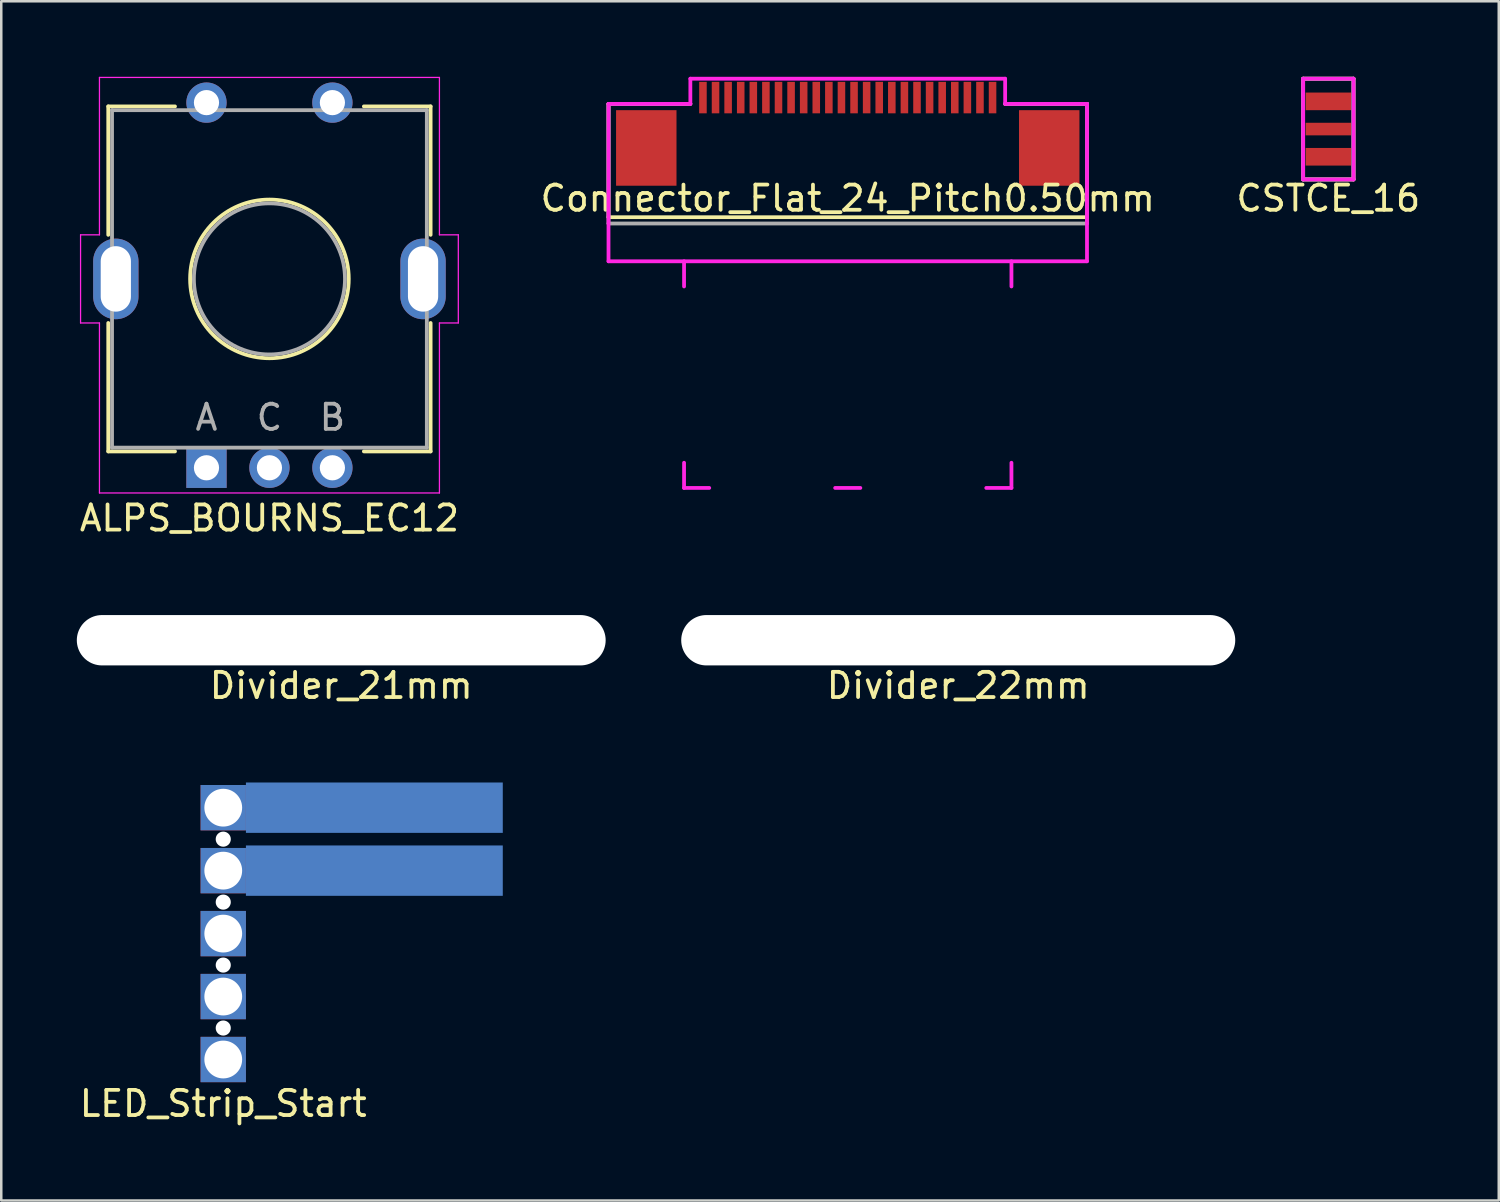
<source format=kicad_pcb>
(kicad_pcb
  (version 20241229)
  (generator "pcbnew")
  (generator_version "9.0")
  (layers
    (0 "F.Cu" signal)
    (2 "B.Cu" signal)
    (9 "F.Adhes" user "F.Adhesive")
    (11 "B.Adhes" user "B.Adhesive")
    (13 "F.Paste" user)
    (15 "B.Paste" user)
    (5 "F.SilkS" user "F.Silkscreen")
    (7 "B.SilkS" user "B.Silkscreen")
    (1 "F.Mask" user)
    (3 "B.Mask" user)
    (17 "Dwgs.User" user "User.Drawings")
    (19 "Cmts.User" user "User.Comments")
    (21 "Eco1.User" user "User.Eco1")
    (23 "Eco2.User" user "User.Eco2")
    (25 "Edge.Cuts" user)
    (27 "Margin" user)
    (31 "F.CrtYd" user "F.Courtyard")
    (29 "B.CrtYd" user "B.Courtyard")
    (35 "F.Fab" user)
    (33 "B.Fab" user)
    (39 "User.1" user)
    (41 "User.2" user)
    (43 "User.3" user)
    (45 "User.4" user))
  (footprint "Connector_Flat_24_Pitch0.50mm"
    (layer "F.Cu")
    (at 30.613 7.325)
    (property "Reference" "Connector_Flat_24_Pitch0.50mm" (at 0 -2.5 0) (layer "F.SilkS") (effects (font (size 1 1) (thickness 0.15))))
    (attr through_hole)
    (fp_line (start -9.5 -6.25) (end -9.5 -1.75) (stroke (width 0.15) (type solid)) (layer "F.SilkS"))
    (fp_line (start -9.5 -1.75) (end 9.5 -1.75) (stroke (width 0.15) (type solid)) (layer "F.SilkS"))
    (fp_line (start -6.25 -6.25) (end -9.5 -6.25) (stroke (width 0.15) (type solid)) (layer "F.SilkS"))
    (fp_line (start 9.5 -6.25) (end 6.25 -6.25) (stroke (width 0.15) (type solid)) (layer "F.SilkS"))
    (fp_line (start 9.5 -1.75) (end 9.5 -6.25) (stroke (width 0.15) (type solid)) (layer "F.SilkS"))
    (fp_line (start -9.5 -6.25) (end -6.25 -6.25) (stroke (width 0.15) (type solid)) (layer "F.CrtYd"))
    (fp_line (start -9.5 0) (end -9.5 -6.25) (stroke (width 0.15) (type solid)) (layer "F.CrtYd"))
    (fp_line (start -6.5 1) (end -6.5 0) (stroke (width 0.15) (type solid)) (layer "F.CrtYd"))
    (fp_line (start -6.5 9) (end -6.5 8) (stroke (width 0.15) (type solid)) (layer "F.CrtYd"))
    (fp_line (start -6.5 9) (end -5.5 9) (stroke (width 0.15) (type solid)) (layer "F.CrtYd"))
    (fp_line (start -6.25 -7.25) (end 6.25 -7.25) (stroke (width 0.15) (type solid)) (layer "F.CrtYd"))
    (fp_line (start -6.25 -6.25) (end -6.25 -7.25) (stroke (width 0.15) (type solid)) (layer "F.CrtYd"))
    (fp_line (start -0.5 9) (end 0.5 9) (stroke (width 0.15) (type solid)) (layer "F.CrtYd"))
    (fp_line (start 6.25 -7.25) (end 6.25 -6.25) (stroke (width 0.15) (type solid)) (layer "F.CrtYd"))
    (fp_line (start 6.25 -6.25) (end 9.5 -6.25) (stroke (width 0.15) (type solid)) (layer "F.CrtYd"))
    (fp_line (start 6.5 1) (end 6.5 0) (stroke (width 0.15) (type solid)) (layer "F.CrtYd"))
    (fp_line (start 6.5 9) (end 5.5 9) (stroke (width 0.15) (type solid)) (layer "F.CrtYd"))
    (fp_line (start 6.5 9) (end 6.5 8) (stroke (width 0.15) (type solid)) (layer "F.CrtYd"))
    (fp_line (start 9.5 -6.25) (end 9.5 0) (stroke (width 0.15) (type solid)) (layer "F.CrtYd"))
    (fp_line (start 9.5 0) (end -9.5 0) (stroke (width 0.15) (type solid)) (layer "F.CrtYd"))
    (fp_line (start -9.5 -6.25) (end -9.5 -1.5) (stroke (width 0.15) (type solid)) (layer "F.Fab"))
    (fp_line (start -9.5 -1.5) (end 9.5 -1.5) (stroke (width 0.15) (type solid)) (layer "F.Fab"))
    (fp_line (start -6.25 -6.25) (end -9.5 -6.25) (stroke (width 0.15) (type solid)) (layer "F.Fab"))
    (fp_line (start 9.5 -6.25) (end 6.25 -6.25) (stroke (width 0.15) (type solid)) (layer "F.Fab"))
    (fp_line (start 9.5 -1.5) (end 9.5 -6.25) (stroke (width 0.15) (type solid)) (layer "F.Fab"))
    (pad "" smd rect (at -8 -4.5 90) (size 3 2.4) (layers "F.Cu" "F.Mask" "F.Paste"))
    (pad "" smd rect (at 8 -4.5 90) (size 3 2.4) (layers "F.Cu" "F.Mask" "F.Paste"))
    (pad "1" smd rect (at -5.75 -6.5 90) (size 1.25 0.3) (layers "F.Cu" "F.Mask" "F.Paste"))
    (pad "2" smd rect (at -5.25 -6.5 90) (size 1.25 0.3) (layers "F.Cu" "F.Mask" "F.Paste"))
    (pad "3" smd rect (at -4.75 -6.5 90) (size 1.25 0.3) (layers "F.Cu" "F.Mask" "F.Paste"))
    (pad "4" smd rect (at -4.25 -6.5 90) (size 1.25 0.3) (layers "F.Cu" "F.Mask" "F.Paste"))
    (pad "5" smd rect (at -3.75 -6.5 90) (size 1.25 0.3) (layers "F.Cu" "F.Mask" "F.Paste"))
    (pad "6" smd rect (at -3.25 -6.5 90) (size 1.25 0.3) (layers "F.Cu" "F.Mask" "F.Paste"))
    (pad "7" smd rect (at -2.75 -6.5 90) (size 1.25 0.3) (layers "F.Cu" "F.Mask" "F.Paste"))
    (pad "8" smd rect (at -2.25 -6.5 90) (size 1.25 0.3) (layers "F.Cu" "F.Mask" "F.Paste"))
    (pad "9" smd rect (at -1.75 -6.5 90) (size 1.25 0.3) (layers "F.Cu" "F.Mask" "F.Paste"))
    (pad "10" smd rect (at -1.25 -6.5 90) (size 1.25 0.3) (layers "F.Cu" "F.Mask" "F.Paste"))
    (pad "11" smd rect (at -0.75 -6.5 90) (size 1.25 0.3) (layers "F.Cu" "F.Mask" "F.Paste"))
    (pad "12" smd rect (at -0.25 -6.5 90) (size 1.25 0.3) (layers "F.Cu" "F.Mask" "F.Paste"))
    (pad "13" smd rect (at 0.25 -6.5 90) (size 1.25 0.3) (layers "F.Cu" "F.Mask" "F.Paste"))
    (pad "14" smd rect (at 0.75 -6.5 90) (size 1.25 0.3) (layers "F.Cu" "F.Mask" "F.Paste"))
    (pad "15" smd rect (at 1.25 -6.5 90) (size 1.25 0.3) (layers "F.Cu" "F.Mask" "F.Paste"))
    (pad "16" smd rect (at 1.75 -6.5 90) (size 1.25 0.3) (layers "F.Cu" "F.Mask" "F.Paste"))
    (pad "17" smd rect (at 2.25 -6.5 90) (size 1.25 0.3) (layers "F.Cu" "F.Mask" "F.Paste"))
    (pad "18" smd rect (at 2.75 -6.5 90) (size 1.25 0.3) (layers "F.Cu" "F.Mask" "F.Paste"))
    (pad "19" smd rect (at 3.25 -6.5 90) (size 1.25 0.3) (layers "F.Cu" "F.Mask" "F.Paste"))
    (pad "20" smd rect (at 3.75 -6.5 90) (size 1.25 0.3) (layers "F.Cu" "F.Mask" "F.Paste"))
    (pad "21" smd rect (at 4.25 -6.5 90) (size 1.25 0.3) (layers "F.Cu" "F.Mask" "F.Paste"))
    (pad "22" smd rect (at 4.75 -6.5 90) (size 1.25 0.3) (layers "F.Cu" "F.Mask" "F.Paste"))
    (pad "23" smd rect (at 5.25 -6.5 90) (size 1.25 0.3) (layers "F.Cu" "F.Mask" "F.Paste"))
    (pad "24" smd rect (at 5.75 -6.5 90) (size 1.25 0.3) (layers "F.Cu" "F.Mask" "F.Paste")))
  (footprint "Divider_21mm"
    (layer "F.Cu")
    (at 10.5 22.373)
    (property "Reference" "Divider_21mm" (at 0 1.8 0) (layer "F.SilkS") (effects (font (size 1 1) (thickness 0.15))))
    (attr through_hole)
    (pad "" np_thru_hole oval (at 0 0) (size 21 2) (drill oval 21 2) (layers "*.Cu" "*.Mask")))
  (footprint "LED_Strip_Start"
    (layer "F.Cu")
    (at 5.815 39.022)
    (property "Reference" "LED_Strip_Start" (at 0 1.75 0) (layer "F.SilkS") (effects (font (size 1 1) (thickness 0.15))))
    (attr through_hole)
    (pad "" np_thru_hole circle (at 0 -8.75) (size 0.6 0.6) (drill 0.6) (layers "*.Cu" "*.Mask"))
    (pad "" np_thru_hole circle (at 0 -6.25) (size 0.6 0.6) (drill 0.6) (layers "*.Cu" "*.Mask"))
    (pad "" np_thru_hole circle (at 0 -3.75) (size 0.6 0.6) (drill 0.6) (layers "*.Cu" "*.Mask"))
    (pad "" np_thru_hole circle (at 0 -1.25) (size 0.6 0.6) (drill 0.6) (layers "*.Cu" "*.Mask"))
    (pad "1" thru_hole rect (at 0 0) (size 1.8 1.8) (drill 1.5) (layers "*.Cu" "*.Mask"))
    (pad "2" thru_hole rect (at 0 -2.5) (size 1.8 1.8) (drill 1.5) (layers "*.Cu" "*.Mask"))
    (pad "3" thru_hole rect (at 0 -5) (size 1.8 1.8) (drill 1.5) (layers "*.Cu" "*.Mask"))
    (pad "4" thru_hole rect (at 0 -7.5) (size 1.8 1.8) (drill 1.5) (layers "*.Cu" "*.Mask"))
    (pad "4" smd rect (at 6 -7.5) (size 10.2 2) (layers "B.Cu" "B.Mask"))
    (pad "5" thru_hole rect (at 0 -10) (size 1.8 1.8) (drill 1.5) (layers "*.Cu" "*.Mask"))
    (pad "5" smd rect (at 6 -10) (size 10.2 2) (layers "B.Cu" "B.Mask")))
  (footprint "CSTCE_16"
    (layer "F.Cu")
    (at 49.696 2.075)
    (property "Reference" "CSTCE_16" (at 0 2.75 0) (layer "F.SilkS") (effects (font (size 1 1) (thickness 0.15))))
    (attr through_hole)
    (fp_line (start -1 -2) (end 1 -2) (stroke (width 0.15) (type solid)) (layer "F.SilkS"))
    (fp_line (start -1 2) (end -1 -2) (stroke (width 0.15) (type solid)) (layer "F.SilkS"))
    (fp_line (start 1 -2) (end 1 2) (stroke (width 0.15) (type solid)) (layer "F.SilkS"))
    (fp_line (start 1 2) (end -1 2) (stroke (width 0.15) (type solid)) (layer "F.SilkS"))
    (fp_line (start -1 -2) (end 1 -2) (stroke (width 0.15) (type solid)) (layer "F.CrtYd"))
    (fp_line (start -1 2) (end -1 -2) (stroke (width 0.15) (type solid)) (layer "F.CrtYd"))
    (fp_line (start 1 -2) (end 1 2) (stroke (width 0.15) (type solid)) (layer "F.CrtYd"))
    (fp_line (start 1 2) (end -1 2) (stroke (width 0.15) (type solid)) (layer "F.CrtYd"))
    (fp_line (start -1 -2) (end 1 -2) (stroke (width 0.15) (type solid)) (layer "F.Fab"))
    (fp_line (start -1 2) (end -1 -2) (stroke (width 0.15) (type solid)) (layer "F.Fab"))
    (fp_line (start 1 -2) (end 1 2) (stroke (width 0.15) (type solid)) (layer "F.Fab"))
    (fp_line (start 1 2) (end -1 2) (stroke (width 0.15) (type solid)) (layer "F.Fab"))
    (pad "1" smd rect (at 0 1.1) (size 1.8 0.7) (layers "F.Cu" "F.Mask" "F.Paste"))
    (pad "2" smd rect (at 0 -1.1) (size 1.8 0.7) (layers "F.Cu" "F.Mask" "F.Paste"))
    (pad "3" smd rect (at 0 0) (size 1.8 0.5) (layers "F.Cu" "F.Mask" "F.Paste")))
  (footprint "ALPS_BOURNS_EC12"
    (layer "F.Cu")
    (at 7.649 8.025)
    (property "Reference" "ALPS_BOURNS_EC12" (at 0 9.5 0) (layer "F.SilkS") (effects (font (size 1 1) (thickness 0.15))))
    (attr through_hole)
    (fp_line (start -6.4 -6.85) (end -6.4 -1.75) (stroke (width 0.15) (type solid)) (layer "F.SilkS"))
    (fp_line (start -6.4 1.75) (end -6.4 6.85) (stroke (width 0.15) (type solid)) (layer "F.SilkS"))
    (fp_line (start -6.4 6.85) (end -3.75 6.85) (stroke (width 0.15) (type solid)) (layer "F.SilkS"))
    (fp_line (start -3.75 -6.85) (end -6.4 -6.85) (stroke (width 0.15) (type solid)) (layer "F.SilkS"))
    (fp_line (start 3.75 6.85) (end 6.4 6.85) (stroke (width 0.15) (type solid)) (layer "F.SilkS"))
    (fp_line (start 6.4 -6.85) (end 3.75 -6.85) (stroke (width 0.15) (type solid)) (layer "F.SilkS"))
    (fp_line (start 6.4 -1.75) (end 6.4 -6.85) (stroke (width 0.15) (type solid)) (layer "F.SilkS"))
    (fp_line (start 6.4 6.85) (end 6.4 1.75) (stroke (width 0.15) (type solid)) (layer "F.SilkS"))
    (fp_circle (center 0 0) (end 3.15 0) (stroke (width 0.15) (type solid)) (fill no) (layer "F.SilkS"))
    (fp_line (start -7.5 -1.75) (end -6.75 -1.75) (stroke (width 0.05) (type solid)) (layer "F.CrtYd"))
    (fp_line (start -7.5 1.75) (end -7.5 -1.75) (stroke (width 0.05) (type solid)) (layer "F.CrtYd"))
    (fp_line (start -6.75 -8) (end 6.75 -8) (stroke (width 0.05) (type solid)) (layer "F.CrtYd"))
    (fp_line (start -6.75 -1.75) (end -6.75 -8) (stroke (width 0.05) (type solid)) (layer "F.CrtYd"))
    (fp_line (start -6.75 1.75) (end -7.5 1.75) (stroke (width 0.05) (type solid)) (layer "F.CrtYd"))
    (fp_line (start -6.75 8.5) (end -6.75 1.75) (stroke (width 0.05) (type solid)) (layer "F.CrtYd"))
    (fp_line (start 6.75 -8) (end 6.75 -1.75) (stroke (width 0.05) (type solid)) (layer "F.CrtYd"))
    (fp_line (start 6.75 -1.75) (end 7.5 -1.75) (stroke (width 0.05) (type solid)) (layer "F.CrtYd"))
    (fp_line (start 6.75 1.75) (end 6.75 8.5) (stroke (width 0.05) (type solid)) (layer "F.CrtYd"))
    (fp_line (start 6.75 8.5) (end -6.75 8.5) (stroke (width 0.05) (type solid)) (layer "F.CrtYd"))
    (fp_line (start 7.5 -1.75) (end 7.5 1.75) (stroke (width 0.05) (type solid)) (layer "F.CrtYd"))
    (fp_line (start 7.5 1.75) (end 6.75 1.75) (stroke (width 0.05) (type solid)) (layer "F.CrtYd"))
    (fp_line (start -6.25 -6.7) (end 6.25 -6.7) (stroke (width 0.15) (type solid)) (layer "F.Fab"))
    (fp_line (start -6.25 6.7) (end -6.25 -6.7) (stroke (width 0.15) (type solid)) (layer "F.Fab"))
    (fp_line (start 6.25 -6.7) (end 6.25 6.7) (stroke (width 0.15) (type solid)) (layer "F.Fab"))
    (fp_line (start 6.25 6.7) (end -6.25 6.7) (stroke (width 0.15) (type solid)) (layer "F.Fab"))
    (fp_circle (center 0 0) (end 3 0) (stroke (width 0.15) (type solid)) (fill no) (layer "F.Fab"))
    (fp_text user "B" (at 2.5 5.5 0) (layer "F.Fab") (effects (font (size 1 1) (thickness 0.15))))
    (fp_text user "C" (at 0 5.5 0) (layer "F.Fab") (effects (font (size 1 1) (thickness 0.15))))
    (fp_text user "A" (at -2.5 5.5 0) (layer "F.Fab") (effects (font (size 1 1) (thickness 0.15))))
    (pad "" thru_hole oval (at -6.1 0) (size 1.8 3.2) (drill oval 1.2 2.6) (layers "*.Cu" "*.Mask"))
    (pad "" thru_hole oval (at 6.1 0) (size 1.8 3.2) (drill oval 1.2 2.6) (layers "*.Cu" "*.Mask"))
    (pad "A" thru_hole rect (at -2.5 7.5) (size 1.6 1.6) (drill 1) (layers "*.Cu" "*.Mask"))
    (pad "B" thru_hole circle (at 2.5 7.5) (size 1.6 1.6) (drill 1) (layers "*.Cu" "*.Mask"))
    (pad "C" thru_hole circle (at 0 7.5) (size 1.6 1.6) (drill 1) (layers "*.Cu" "*.Mask"))
    (pad "S1" thru_hole circle (at -2.5 -7) (size 1.6 1.6) (drill 1) (layers "*.Cu" "*.Mask"))
    (pad "S2" thru_hole circle (at 2.5 -7) (size 1.6 1.6) (drill 1) (layers "*.Cu" "*.Mask")))
  (footprint "Divider_22mm"
    (layer "F.Cu")
    (at 35 22.373)
    (property "Reference" "Divider_22mm" (at 0 1.8 0) (layer "F.SilkS") (effects (font (size 1 1) (thickness 0.15))))
    (attr through_hole)
    (pad "" np_thru_hole oval (at 0 0) (size 22 2) (drill oval 22 2) (layers "*.Cu" "*.Mask")))
  (gr_rect
    (start -3 -3)
    (end 56.464 44.62)
    (stroke (width 0.1) (type default))
    (fill no)
    (layer "Edge.Cuts")))
</source>
